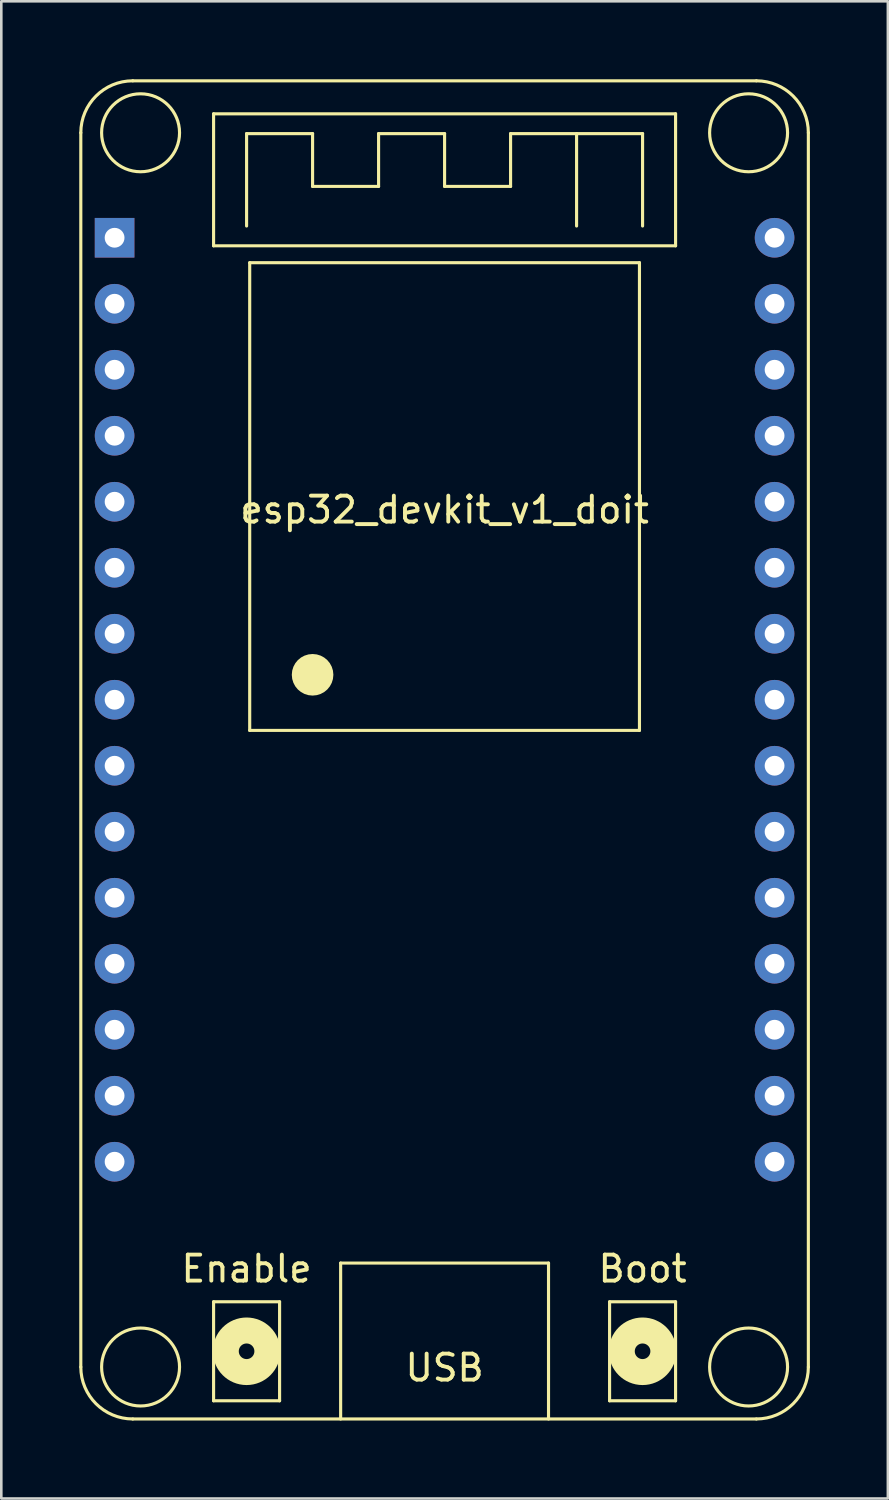
<source format=kicad_pcb>
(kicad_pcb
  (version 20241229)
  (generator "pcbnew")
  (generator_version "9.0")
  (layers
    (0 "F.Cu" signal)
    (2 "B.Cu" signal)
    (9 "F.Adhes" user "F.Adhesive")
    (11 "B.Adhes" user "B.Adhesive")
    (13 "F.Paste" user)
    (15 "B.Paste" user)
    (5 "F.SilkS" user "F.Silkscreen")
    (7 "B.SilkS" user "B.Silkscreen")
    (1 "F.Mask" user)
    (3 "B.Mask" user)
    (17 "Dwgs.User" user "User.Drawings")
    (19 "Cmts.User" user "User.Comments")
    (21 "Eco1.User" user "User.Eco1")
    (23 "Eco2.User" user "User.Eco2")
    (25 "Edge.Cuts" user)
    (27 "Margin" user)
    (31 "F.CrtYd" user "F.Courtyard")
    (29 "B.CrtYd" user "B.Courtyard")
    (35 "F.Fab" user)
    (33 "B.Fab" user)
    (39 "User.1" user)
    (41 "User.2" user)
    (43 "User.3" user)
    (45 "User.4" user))
  (footprint "esp32_devkit_v1_doit"
    (layer "F.Cu")
    (at 14.06 6.1)
    (property "Reference" "esp32_devkit_v1_doit" (at 0 10.47 0) (layer "F.SilkS") (effects (font (size 1 1) (thickness 0.15))))
    (attr smd)
    (fp_line (start -14 -4.04) (end -14 43.46) (stroke (width 0.12) (type solid)) (layer "F.SilkS"))
    (fp_line (start -12 -6.04) (end 12 -6.04) (stroke (width 0.12) (type solid)) (layer "F.SilkS"))
    (fp_line (start -12 45.46) (end 12 45.46) (stroke (width 0.12) (type solid)) (layer "F.SilkS"))
    (fp_line (start -8.89 -4.77) (end 8.89 -4.77) (stroke (width 0.12) (type solid)) (layer "F.SilkS"))
    (fp_line (start -8.89 0.31) (end -8.89 -4.77) (stroke (width 0.12) (type solid)) (layer "F.SilkS"))
    (fp_line (start -8.89 40.95) (end -6.35 40.95) (stroke (width 0.12) (type solid)) (layer "F.SilkS"))
    (fp_line (start -8.89 44.76) (end -8.89 40.95) (stroke (width 0.12) (type solid)) (layer "F.SilkS"))
    (fp_line (start -7.62 -4.008) (end -5.08 -4.008) (stroke (width 0.12) (type solid)) (layer "F.SilkS"))
    (fp_line (start -7.62 -0.452) (end -7.62 -4.008) (stroke (width 0.12) (type solid)) (layer "F.SilkS"))
    (fp_line (start -7.5 0.96) (end 7.5 0.96) (stroke (width 0.12) (type solid)) (layer "F.SilkS"))
    (fp_line (start -7.5 18.96) (end -7.5 0.96) (stroke (width 0.12) (type solid)) (layer "F.SilkS"))
    (fp_line (start -6.35 40.95) (end -6.35 44.76) (stroke (width 0.12) (type solid)) (layer "F.SilkS"))
    (fp_line (start -6.35 44.76) (end -8.89 44.76) (stroke (width 0.12) (type solid)) (layer "F.SilkS"))
    (fp_line (start -5.08 -4.008) (end -5.08 -1.976) (stroke (width 0.12) (type solid)) (layer "F.SilkS"))
    (fp_line (start -5.08 -1.976) (end -2.54 -1.976) (stroke (width 0.12) (type solid)) (layer "F.SilkS"))
    (fp_line (start -4 39.46) (end -4 45.46) (stroke (width 0.12) (type solid)) (layer "F.SilkS"))
    (fp_line (start -4 39.46) (end 4 39.46) (stroke (width 0.12) (type solid)) (layer "F.SilkS"))
    (fp_line (start -2.54 -4.008) (end 0 -4.008) (stroke (width 0.12) (type solid)) (layer "F.SilkS"))
    (fp_line (start -2.54 -1.976) (end -2.54 -4.008) (stroke (width 0.12) (type solid)) (layer "F.SilkS"))
    (fp_line (start 0 -4.008) (end 0 -1.976) (stroke (width 0.12) (type solid)) (layer "F.SilkS"))
    (fp_line (start 0 -1.976) (end 2.54 -1.976) (stroke (width 0.12) (type solid)) (layer "F.SilkS"))
    (fp_line (start 2.54 -4.008) (end 7.62 -4.008) (stroke (width 0.12) (type solid)) (layer "F.SilkS"))
    (fp_line (start 2.54 -1.976) (end 2.54 -4.008) (stroke (width 0.12) (type solid)) (layer "F.SilkS"))
    (fp_line (start 4 39.46) (end 4 45.46) (stroke (width 0.12) (type solid)) (layer "F.SilkS"))
    (fp_line (start 5.08 -4.008) (end 5.08 -0.452) (stroke (width 0.12) (type solid)) (layer "F.SilkS"))
    (fp_line (start 6.35 40.95) (end 8.89 40.95) (stroke (width 0.12) (type solid)) (layer "F.SilkS"))
    (fp_line (start 6.35 44.76) (end 6.35 40.95) (stroke (width 0.12) (type solid)) (layer "F.SilkS"))
    (fp_line (start 7.5 0.96) (end 7.5 18.96) (stroke (width 0.12) (type solid)) (layer "F.SilkS"))
    (fp_line (start 7.5 18.96) (end -7.5 18.96) (stroke (width 0.12) (type solid)) (layer "F.SilkS"))
    (fp_line (start 7.62 -4.008) (end 7.62 -0.452) (stroke (width 0.12) (type solid)) (layer "F.SilkS"))
    (fp_line (start 8.89 -4.77) (end 8.89 0.31) (stroke (width 0.12) (type solid)) (layer "F.SilkS"))
    (fp_line (start 8.89 0.31) (end -8.89 0.31) (stroke (width 0.12) (type solid)) (layer "F.SilkS"))
    (fp_line (start 8.89 40.95) (end 8.89 44.76) (stroke (width 0.12) (type solid)) (layer "F.SilkS"))
    (fp_line (start 8.89 44.76) (end 6.35 44.76) (stroke (width 0.12) (type solid)) (layer "F.SilkS"))
    (fp_line (start 14 43.46) (end 14 -4.04) (stroke (width 0.12) (type solid)) (layer "F.SilkS"))
    (fp_arc (start -14 -4.04) (mid -13.414214 -5.454214) (end -12 -6.04) (stroke (width 0.12) (type solid)) (layer "F.SilkS"))
    (fp_arc (start -12 45.46) (mid -13.414214 44.874214) (end -14 43.46) (stroke (width 0.12) (type solid)) (layer "F.SilkS"))
    (fp_arc (start 12 -6.04) (mid 13.414214 -5.454214) (end 14 -4.04) (stroke (width 0.12) (type solid)) (layer "F.SilkS"))
    (fp_arc (start 14 43.46) (mid 13.414214 44.874214) (end 12 45.46) (stroke (width 0.12) (type solid)) (layer "F.SilkS"))
    (fp_circle (center -11.7 -4.04) (end -10.2 -4.04) (stroke (width 0.12) (type solid)) (fill no) (layer "F.SilkS"))
    (fp_circle (center -11.7 43.46) (end -10.2 43.46) (stroke (width 0.12) (type solid)) (fill no) (layer "F.SilkS"))
    (fp_circle (center -7.62 42.855) (end -7.32 42.855) (stroke (width 1) (type solid)) (fill no) (layer "F.SilkS"))
    (fp_circle (center -5.08 16.82) (end -4.68 16.82) (stroke (width 0.8) (type solid)) (fill no) (layer "F.SilkS"))
    (fp_circle (center 7.62 42.855) (end 7.92 42.855) (stroke (width 1) (type solid)) (fill no) (layer "F.SilkS"))
    (fp_circle (center 11.7 -4.04) (end 13.2 -4.04) (stroke (width 0.12) (type solid)) (fill no) (layer "F.SilkS"))
    (fp_circle (center 11.7 43.46) (end 13.2 43.46) (stroke (width 0.12) (type solid)) (fill no) (layer "F.SilkS"))
    (fp_text user "USB" (at 0 43.49 0) (layer "F.SilkS") (effects (font (size 1 1) (thickness 0.15))))
    (fp_text user "Boot" (at 7.62 39.68 0) (layer "F.SilkS") (effects (font (size 1 1) (thickness 0.15))))
    (fp_text user "Enable" (at -7.62 39.68 0) (layer "F.SilkS") (effects (font (size 1 1) (thickness 0.15))))
    (pad "1" thru_hole rect (at -12.7 0) (size 1.524 1.524) (drill 0.762) (layers "*.Cu" "*.Mask"))
    (pad "2" thru_hole circle (at -12.7 2.54) (size 1.524 1.524) (drill 0.762) (layers "*.Cu" "*.Mask"))
    (pad "3" thru_hole circle (at -12.7 5.08) (size 1.524 1.524) (drill 0.762) (layers "*.Cu" "*.Mask"))
    (pad "4" thru_hole circle (at -12.7 7.62) (size 1.524 1.524) (drill 0.762) (layers "*.Cu" "*.Mask"))
    (pad "5" thru_hole circle (at -12.7 10.16) (size 1.524 1.524) (drill 0.762) (layers "*.Cu" "*.Mask"))
    (pad "6" thru_hole circle (at -12.7 12.7) (size 1.524 1.524) (drill 0.762) (layers "*.Cu" "*.Mask"))
    (pad "7" thru_hole circle (at -12.7 15.24) (size 1.524 1.524) (drill 0.762) (layers "*.Cu" "*.Mask"))
    (pad "8" thru_hole circle (at -12.7 17.78) (size 1.524 1.524) (drill 0.762) (layers "*.Cu" "*.Mask"))
    (pad "9" thru_hole circle (at -12.7 20.32) (size 1.524 1.524) (drill 0.762) (layers "*.Cu" "*.Mask"))
    (pad "10" thru_hole circle (at -12.7 22.86) (size 1.524 1.524) (drill 0.762) (layers "*.Cu" "*.Mask"))
    (pad "11" thru_hole circle (at -12.7 25.4) (size 1.524 1.524) (drill 0.762) (layers "*.Cu" "*.Mask"))
    (pad "12" thru_hole circle (at -12.7 27.94) (size 1.524 1.524) (drill 0.762) (layers "*.Cu" "*.Mask"))
    (pad "13" thru_hole circle (at -12.7 30.48) (size 1.524 1.524) (drill 0.762) (layers "*.Cu" "*.Mask"))
    (pad "14" thru_hole circle (at -12.7 33.02) (size 1.524 1.524) (drill 0.762) (layers "*.Cu" "*.Mask"))
    (pad "15" thru_hole circle (at -12.7 35.56) (size 1.524 1.524) (drill 0.762) (layers "*.Cu" "*.Mask"))
    (pad "16" thru_hole circle (at 12.7 35.56) (size 1.524 1.524) (drill 0.762) (layers "*.Cu" "*.Mask"))
    (pad "17" thru_hole circle (at 12.7 33.02) (size 1.524 1.524) (drill 0.762) (layers "*.Cu" "*.Mask"))
    (pad "18" thru_hole circle (at 12.7 30.48) (size 1.524 1.524) (drill 0.762) (layers "*.Cu" "*.Mask"))
    (pad "19" thru_hole circle (at 12.7 27.94) (size 1.524 1.524) (drill 0.762) (layers "*.Cu" "*.Mask"))
    (pad "20" thru_hole circle (at 12.7 25.4) (size 1.524 1.524) (drill 0.762) (layers "*.Cu" "*.Mask"))
    (pad "21" thru_hole circle (at 12.7 22.86) (size 1.524 1.524) (drill 0.762) (layers "*.Cu" "*.Mask"))
    (pad "22" thru_hole circle (at 12.7 20.32) (size 1.524 1.524) (drill 0.762) (layers "*.Cu" "*.Mask"))
    (pad "23" thru_hole circle (at 12.7 17.78) (size 1.524 1.524) (drill 0.762) (layers "*.Cu" "*.Mask"))
    (pad "24" thru_hole circle (at 12.7 15.24) (size 1.524 1.524) (drill 0.762) (layers "*.Cu" "*.Mask"))
    (pad "25" thru_hole circle (at 12.7 12.7) (size 1.524 1.524) (drill 0.762) (layers "*.Cu" "*.Mask"))
    (pad "26" thru_hole circle (at 12.7 10.16) (size 1.524 1.524) (drill 0.762) (layers "*.Cu" "*.Mask"))
    (pad "27" thru_hole circle (at 12.7 7.62) (size 1.524 1.524) (drill 0.762) (layers "*.Cu" "*.Mask"))
    (pad "28" thru_hole circle (at 12.7 5.08) (size 1.524 1.524) (drill 0.762) (layers "*.Cu" "*.Mask"))
    (pad "29" thru_hole circle (at 12.7 2.54) (size 1.524 1.524) (drill 0.762) (layers "*.Cu" "*.Mask"))
    (pad "30" thru_hole circle (at 12.7 0) (size 1.524 1.524) (drill 0.762) (layers "*.Cu" "*.Mask")))
  (gr_rect
    (start -3 -3)
    (end 31.12 54.62)
    (stroke (width 0.1) (type default))
    (fill no)
    (layer "Edge.Cuts")))
</source>
